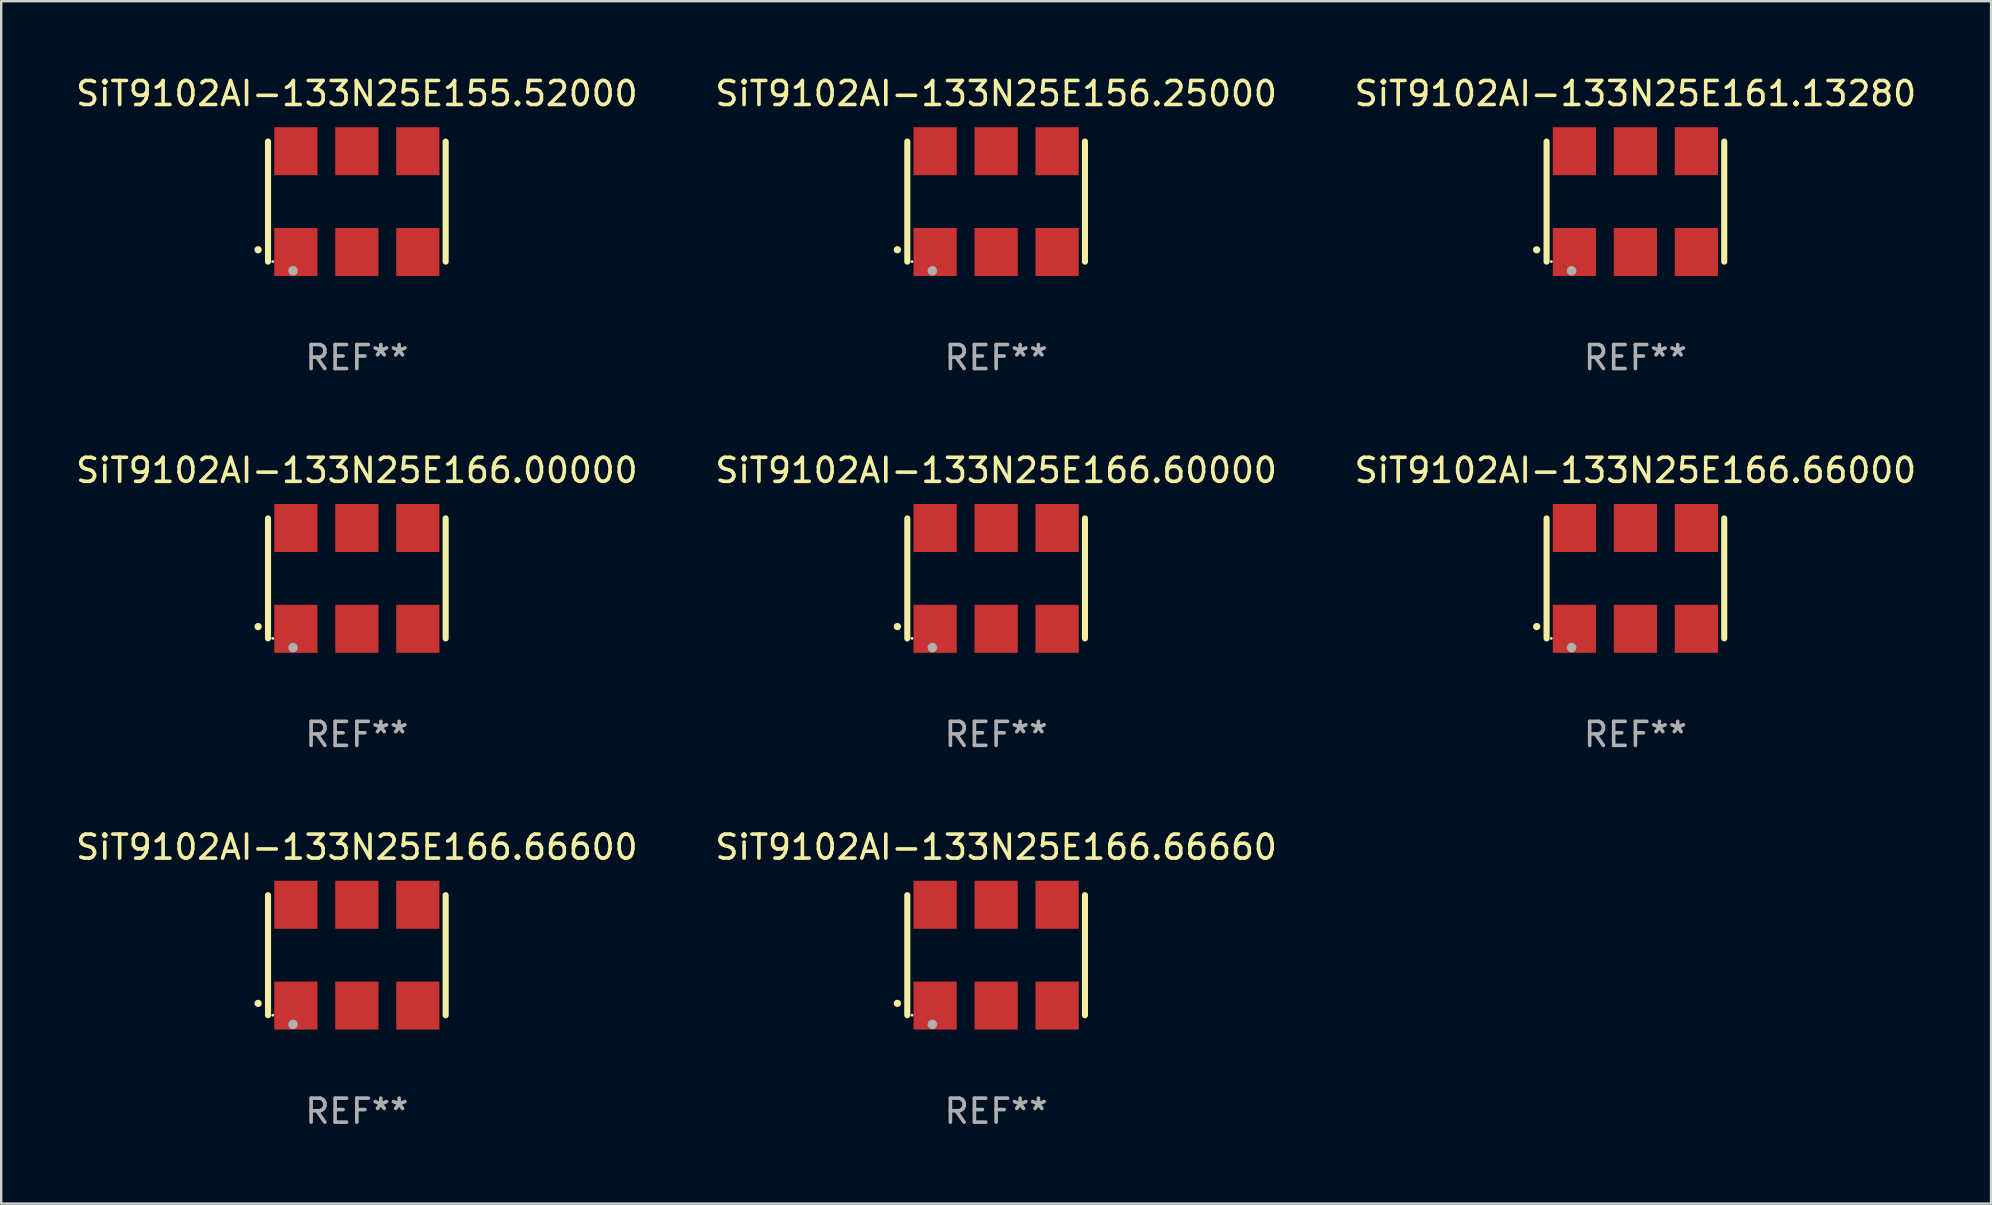
<source format=kicad_pcb>
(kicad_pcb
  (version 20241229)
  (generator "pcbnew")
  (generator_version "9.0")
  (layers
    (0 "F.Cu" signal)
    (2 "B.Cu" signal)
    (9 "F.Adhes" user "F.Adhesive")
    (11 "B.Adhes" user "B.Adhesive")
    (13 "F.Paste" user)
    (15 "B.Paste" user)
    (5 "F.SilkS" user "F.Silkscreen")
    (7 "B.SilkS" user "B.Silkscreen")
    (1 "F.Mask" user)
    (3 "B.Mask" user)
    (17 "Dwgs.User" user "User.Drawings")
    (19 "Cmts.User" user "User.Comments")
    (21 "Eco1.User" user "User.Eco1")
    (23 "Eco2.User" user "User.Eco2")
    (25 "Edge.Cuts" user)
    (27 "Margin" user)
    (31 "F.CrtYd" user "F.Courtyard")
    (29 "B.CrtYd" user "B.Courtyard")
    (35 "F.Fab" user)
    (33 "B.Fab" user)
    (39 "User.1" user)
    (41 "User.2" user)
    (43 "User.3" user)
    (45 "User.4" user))
  (footprint "SiT9102AI-133N25E156.25000"
    (layer "F.Cu")
    (at 38.446 5.348)
    (property "Reference" "SiT9102AI-133N25E156.25000" (at 0 -4.5 0) (layer "F.SilkS") (effects (font (size 1 1) (thickness 0.15))))
    (attr through_hole)
    (fp_line (start -3.7 -2.5) (end -3.7 2.5) (stroke (width 0.254) (type solid)) (layer "F.SilkS"))
    (fp_line (start 3.7 -2.5) (end 3.7 2.5) (stroke (width 0.254) (type solid)) (layer "F.SilkS"))
    (fp_arc (start -4.114415 2.006604) (mid -4.113145 2.006599) (end -4.111875 2.006604) (stroke (width 0.3) (type solid)) (layer "F.SilkS"))
    (fp_circle (center -3.502 2.5) (end -3.472 2.5) (stroke (width 0.06) (type solid)) (fill no) (layer "F.SilkS"))
    (fp_circle (center -2.657 2.882) (end -2.557 2.882) (stroke (width 0.2) (type solid)) (fill no) (layer "F.Fab"))
    (fp_text user "REF**" (at 0 6.5 0) (layer "F.Fab") (effects (font (size 1 1) (thickness 0.15))))
    (pad "1" smd rect (at -2.54 2.1) (size 1.8 2) (layers "F.Cu" "F.Mask" "F.Paste"))
    (pad "2" smd rect (at 0.000394 2.1) (size 1.8 2) (layers "F.Cu" "F.Mask" "F.Paste"))
    (pad "3" smd rect (at 2.54 2.1) (size 1.8 2) (layers "F.Cu" "F.Mask" "F.Paste"))
    (pad "4" smd rect (at 2.54 -2.1) (size 1.8 2) (layers "F.Cu" "F.Mask" "F.Paste"))
    (pad "5" smd rect (at 0.000394 -2.1) (size 1.8 2) (layers "F.Cu" "F.Mask" "F.Paste"))
    (pad "6" smd rect (at -2.54 -2.1) (size 1.8 2) (layers "F.Cu" "F.Mask" "F.Paste")))
  (footprint "SiT9102AI-133N25E166.66660"
    (layer "F.Cu")
    (at 38.446 36.741)
    (property "Reference" "SiT9102AI-133N25E166.66660" (at 0 -4.5 0) (layer "F.SilkS") (effects (font (size 1 1) (thickness 0.15))))
    (attr through_hole)
    (fp_line (start -3.7 -2.5) (end -3.7 2.5) (stroke (width 0.254) (type solid)) (layer "F.SilkS"))
    (fp_line (start 3.7 -2.5) (end 3.7 2.5) (stroke (width 0.254) (type solid)) (layer "F.SilkS"))
    (fp_arc (start -4.114415 2.006604) (mid -4.113145 2.006599) (end -4.111875 2.006604) (stroke (width 0.3) (type solid)) (layer "F.SilkS"))
    (fp_circle (center -3.502 2.5) (end -3.472 2.5) (stroke (width 0.06) (type solid)) (fill no) (layer "F.SilkS"))
    (fp_circle (center -2.657 2.882) (end -2.557 2.882) (stroke (width 0.2) (type solid)) (fill no) (layer "F.Fab"))
    (fp_text user "REF**" (at 0 6.5 0) (layer "F.Fab") (effects (font (size 1 1) (thickness 0.15))))
    (pad "1" smd rect (at -2.54 2.1) (size 1.8 2) (layers "F.Cu" "F.Mask" "F.Paste"))
    (pad "2" smd rect (at 0.000394 2.1) (size 1.8 2) (layers "F.Cu" "F.Mask" "F.Paste"))
    (pad "3" smd rect (at 2.54 2.1) (size 1.8 2) (layers "F.Cu" "F.Mask" "F.Paste"))
    (pad "4" smd rect (at 2.54 -2.1) (size 1.8 2) (layers "F.Cu" "F.Mask" "F.Paste"))
    (pad "5" smd rect (at 0.000394 -2.1) (size 1.8 2) (layers "F.Cu" "F.Mask" "F.Paste"))
    (pad "6" smd rect (at -2.54 -2.1) (size 1.8 2) (layers "F.Cu" "F.Mask" "F.Paste")))
  (footprint "SiT9102AI-133N25E166.66600"
    (layer "F.Cu")
    (at 11.815 36.741)
    (property "Reference" "SiT9102AI-133N25E166.66600" (at 0 -4.5 0) (layer "F.SilkS") (effects (font (size 1 1) (thickness 0.15))))
    (attr through_hole)
    (fp_line (start -3.7 -2.5) (end -3.7 2.5) (stroke (width 0.254) (type solid)) (layer "F.SilkS"))
    (fp_line (start 3.7 -2.5) (end 3.7 2.5) (stroke (width 0.254) (type solid)) (layer "F.SilkS"))
    (fp_arc (start -4.114415 2.006604) (mid -4.113145 2.006599) (end -4.111875 2.006604) (stroke (width 0.3) (type solid)) (layer "F.SilkS"))
    (fp_circle (center -3.502 2.5) (end -3.472 2.5) (stroke (width 0.06) (type solid)) (fill no) (layer "F.SilkS"))
    (fp_circle (center -2.657 2.882) (end -2.557 2.882) (stroke (width 0.2) (type solid)) (fill no) (layer "F.Fab"))
    (fp_text user "REF**" (at 0 6.5 0) (layer "F.Fab") (effects (font (size 1 1) (thickness 0.15))))
    (pad "1" smd rect (at -2.54 2.1) (size 1.8 2) (layers "F.Cu" "F.Mask" "F.Paste"))
    (pad "2" smd rect (at 0.000394 2.1) (size 1.8 2) (layers "F.Cu" "F.Mask" "F.Paste"))
    (pad "3" smd rect (at 2.54 2.1) (size 1.8 2) (layers "F.Cu" "F.Mask" "F.Paste"))
    (pad "4" smd rect (at 2.54 -2.1) (size 1.8 2) (layers "F.Cu" "F.Mask" "F.Paste"))
    (pad "5" smd rect (at 0.000394 -2.1) (size 1.8 2) (layers "F.Cu" "F.Mask" "F.Paste"))
    (pad "6" smd rect (at -2.54 -2.1) (size 1.8 2) (layers "F.Cu" "F.Mask" "F.Paste")))
  (footprint "SiT9102AI-133N25E166.60000"
    (layer "F.Cu")
    (at 38.446 21.045)
    (property "Reference" "SiT9102AI-133N25E166.60000" (at 0 -4.5 0) (layer "F.SilkS") (effects (font (size 1 1) (thickness 0.15))))
    (attr through_hole)
    (fp_line (start -3.7 -2.5) (end -3.7 2.5) (stroke (width 0.254) (type solid)) (layer "F.SilkS"))
    (fp_line (start 3.7 -2.5) (end 3.7 2.5) (stroke (width 0.254) (type solid)) (layer "F.SilkS"))
    (fp_arc (start -4.114415 2.006604) (mid -4.113145 2.006599) (end -4.111875 2.006604) (stroke (width 0.3) (type solid)) (layer "F.SilkS"))
    (fp_circle (center -3.502 2.5) (end -3.472 2.5) (stroke (width 0.06) (type solid)) (fill no) (layer "F.SilkS"))
    (fp_circle (center -2.657 2.882) (end -2.557 2.882) (stroke (width 0.2) (type solid)) (fill no) (layer "F.Fab"))
    (fp_text user "REF**" (at 0 6.5 0) (layer "F.Fab") (effects (font (size 1 1) (thickness 0.15))))
    (pad "1" smd rect (at -2.54 2.1) (size 1.8 2) (layers "F.Cu" "F.Mask" "F.Paste"))
    (pad "2" smd rect (at 0.000394 2.1) (size 1.8 2) (layers "F.Cu" "F.Mask" "F.Paste"))
    (pad "3" smd rect (at 2.54 2.1) (size 1.8 2) (layers "F.Cu" "F.Mask" "F.Paste"))
    (pad "4" smd rect (at 2.54 -2.1) (size 1.8 2) (layers "F.Cu" "F.Mask" "F.Paste"))
    (pad "5" smd rect (at 0.000394 -2.1) (size 1.8 2) (layers "F.Cu" "F.Mask" "F.Paste"))
    (pad "6" smd rect (at -2.54 -2.1) (size 1.8 2) (layers "F.Cu" "F.Mask" "F.Paste")))
  (footprint "SiT9102AI-133N25E166.00000"
    (layer "F.Cu")
    (at 11.815 21.045)
    (property "Reference" "SiT9102AI-133N25E166.00000" (at 0 -4.5 0) (layer "F.SilkS") (effects (font (size 1 1) (thickness 0.15))))
    (attr through_hole)
    (fp_line (start -3.7 -2.5) (end -3.7 2.5) (stroke (width 0.254) (type solid)) (layer "F.SilkS"))
    (fp_line (start 3.7 -2.5) (end 3.7 2.5) (stroke (width 0.254) (type solid)) (layer "F.SilkS"))
    (fp_arc (start -4.114415 2.006604) (mid -4.113145 2.006599) (end -4.111875 2.006604) (stroke (width 0.3) (type solid)) (layer "F.SilkS"))
    (fp_circle (center -3.502 2.5) (end -3.472 2.5) (stroke (width 0.06) (type solid)) (fill no) (layer "F.SilkS"))
    (fp_circle (center -2.657 2.882) (end -2.557 2.882) (stroke (width 0.2) (type solid)) (fill no) (layer "F.Fab"))
    (fp_text user "REF**" (at 0 6.5 0) (layer "F.Fab") (effects (font (size 1 1) (thickness 0.15))))
    (pad "1" smd rect (at -2.54 2.1) (size 1.8 2) (layers "F.Cu" "F.Mask" "F.Paste"))
    (pad "2" smd rect (at 0.000394 2.1) (size 1.8 2) (layers "F.Cu" "F.Mask" "F.Paste"))
    (pad "3" smd rect (at 2.54 2.1) (size 1.8 2) (layers "F.Cu" "F.Mask" "F.Paste"))
    (pad "4" smd rect (at 2.54 -2.1) (size 1.8 2) (layers "F.Cu" "F.Mask" "F.Paste"))
    (pad "5" smd rect (at 0.000394 -2.1) (size 1.8 2) (layers "F.Cu" "F.Mask" "F.Paste"))
    (pad "6" smd rect (at -2.54 -2.1) (size 1.8 2) (layers "F.Cu" "F.Mask" "F.Paste")))
  (footprint "SiT9102AI-133N25E166.66000"
    (layer "F.Cu")
    (at 65.077 21.045)
    (property "Reference" "SiT9102AI-133N25E166.66000" (at 0 -4.5 0) (layer "F.SilkS") (effects (font (size 1 1) (thickness 0.15))))
    (attr through_hole)
    (fp_line (start -3.7 -2.5) (end -3.7 2.5) (stroke (width 0.254) (type solid)) (layer "F.SilkS"))
    (fp_line (start 3.7 -2.5) (end 3.7 2.5) (stroke (width 0.254) (type solid)) (layer "F.SilkS"))
    (fp_arc (start -4.114415 2.006604) (mid -4.113145 2.006599) (end -4.111875 2.006604) (stroke (width 0.3) (type solid)) (layer "F.SilkS"))
    (fp_circle (center -3.502 2.5) (end -3.472 2.5) (stroke (width 0.06) (type solid)) (fill no) (layer "F.SilkS"))
    (fp_circle (center -2.657 2.882) (end -2.557 2.882) (stroke (width 0.2) (type solid)) (fill no) (layer "F.Fab"))
    (fp_text user "REF**" (at 0 6.5 0) (layer "F.Fab") (effects (font (size 1 1) (thickness 0.15))))
    (pad "1" smd rect (at -2.54 2.1) (size 1.8 2) (layers "F.Cu" "F.Mask" "F.Paste"))
    (pad "2" smd rect (at 0.000394 2.1) (size 1.8 2) (layers "F.Cu" "F.Mask" "F.Paste"))
    (pad "3" smd rect (at 2.54 2.1) (size 1.8 2) (layers "F.Cu" "F.Mask" "F.Paste"))
    (pad "4" smd rect (at 2.54 -2.1) (size 1.8 2) (layers "F.Cu" "F.Mask" "F.Paste"))
    (pad "5" smd rect (at 0.000394 -2.1) (size 1.8 2) (layers "F.Cu" "F.Mask" "F.Paste"))
    (pad "6" smd rect (at -2.54 -2.1) (size 1.8 2) (layers "F.Cu" "F.Mask" "F.Paste")))
  (footprint "SiT9102AI-133N25E161.13280"
    (layer "F.Cu")
    (at 65.077 5.348)
    (property "Reference" "SiT9102AI-133N25E161.13280" (at 0 -4.5 0) (layer "F.SilkS") (effects (font (size 1 1) (thickness 0.15))))
    (attr through_hole)
    (fp_line (start -3.7 -2.5) (end -3.7 2.5) (stroke (width 0.254) (type solid)) (layer "F.SilkS"))
    (fp_line (start 3.7 -2.5) (end 3.7 2.5) (stroke (width 0.254) (type solid)) (layer "F.SilkS"))
    (fp_arc (start -4.114415 2.006604) (mid -4.113145 2.006599) (end -4.111875 2.006604) (stroke (width 0.3) (type solid)) (layer "F.SilkS"))
    (fp_circle (center -3.502 2.5) (end -3.472 2.5) (stroke (width 0.06) (type solid)) (fill no) (layer "F.SilkS"))
    (fp_circle (center -2.657 2.882) (end -2.557 2.882) (stroke (width 0.2) (type solid)) (fill no) (layer "F.Fab"))
    (fp_text user "REF**" (at 0 6.5 0) (layer "F.Fab") (effects (font (size 1 1) (thickness 0.15))))
    (pad "1" smd rect (at -2.54 2.1) (size 1.8 2) (layers "F.Cu" "F.Mask" "F.Paste"))
    (pad "2" smd rect (at 0.000394 2.1) (size 1.8 2) (layers "F.Cu" "F.Mask" "F.Paste"))
    (pad "3" smd rect (at 2.54 2.1) (size 1.8 2) (layers "F.Cu" "F.Mask" "F.Paste"))
    (pad "4" smd rect (at 2.54 -2.1) (size 1.8 2) (layers "F.Cu" "F.Mask" "F.Paste"))
    (pad "5" smd rect (at 0.000394 -2.1) (size 1.8 2) (layers "F.Cu" "F.Mask" "F.Paste"))
    (pad "6" smd rect (at -2.54 -2.1) (size 1.8 2) (layers "F.Cu" "F.Mask" "F.Paste")))
  (footprint "SiT9102AI-133N25E155.52000"
    (layer "F.Cu")
    (at 11.815 5.348)
    (property "Reference" "SiT9102AI-133N25E155.52000" (at 0 -4.5 0) (layer "F.SilkS") (effects (font (size 1 1) (thickness 0.15))))
    (attr through_hole)
    (fp_line (start -3.7 -2.5) (end -3.7 2.5) (stroke (width 0.254) (type solid)) (layer "F.SilkS"))
    (fp_line (start 3.7 -2.5) (end 3.7 2.5) (stroke (width 0.254) (type solid)) (layer "F.SilkS"))
    (fp_arc (start -4.114415 2.006604) (mid -4.113145 2.006599) (end -4.111875 2.006604) (stroke (width 0.3) (type solid)) (layer "F.SilkS"))
    (fp_circle (center -3.502 2.5) (end -3.472 2.5) (stroke (width 0.06) (type solid)) (fill no) (layer "F.SilkS"))
    (fp_circle (center -2.657 2.882) (end -2.557 2.882) (stroke (width 0.2) (type solid)) (fill no) (layer "F.Fab"))
    (fp_text user "REF**" (at 0 6.5 0) (layer "F.Fab") (effects (font (size 1 1) (thickness 0.15))))
    (pad "1" smd rect (at -2.54 2.1) (size 1.8 2) (layers "F.Cu" "F.Mask" "F.Paste"))
    (pad "2" smd rect (at 0.000394 2.1) (size 1.8 2) (layers "F.Cu" "F.Mask" "F.Paste"))
    (pad "3" smd rect (at 2.54 2.1) (size 1.8 2) (layers "F.Cu" "F.Mask" "F.Paste"))
    (pad "4" smd rect (at 2.54 -2.1) (size 1.8 2) (layers "F.Cu" "F.Mask" "F.Paste"))
    (pad "5" smd rect (at 0.000394 -2.1) (size 1.8 2) (layers "F.Cu" "F.Mask" "F.Paste"))
    (pad "6" smd rect (at -2.54 -2.1) (size 1.8 2) (layers "F.Cu" "F.Mask" "F.Paste")))
  (gr_rect
    (start -3 -3)
    (end 79.893 47.09)
    (stroke (width 0.1) (type default))
    (fill no)
    (layer "Edge.Cuts")))
</source>
